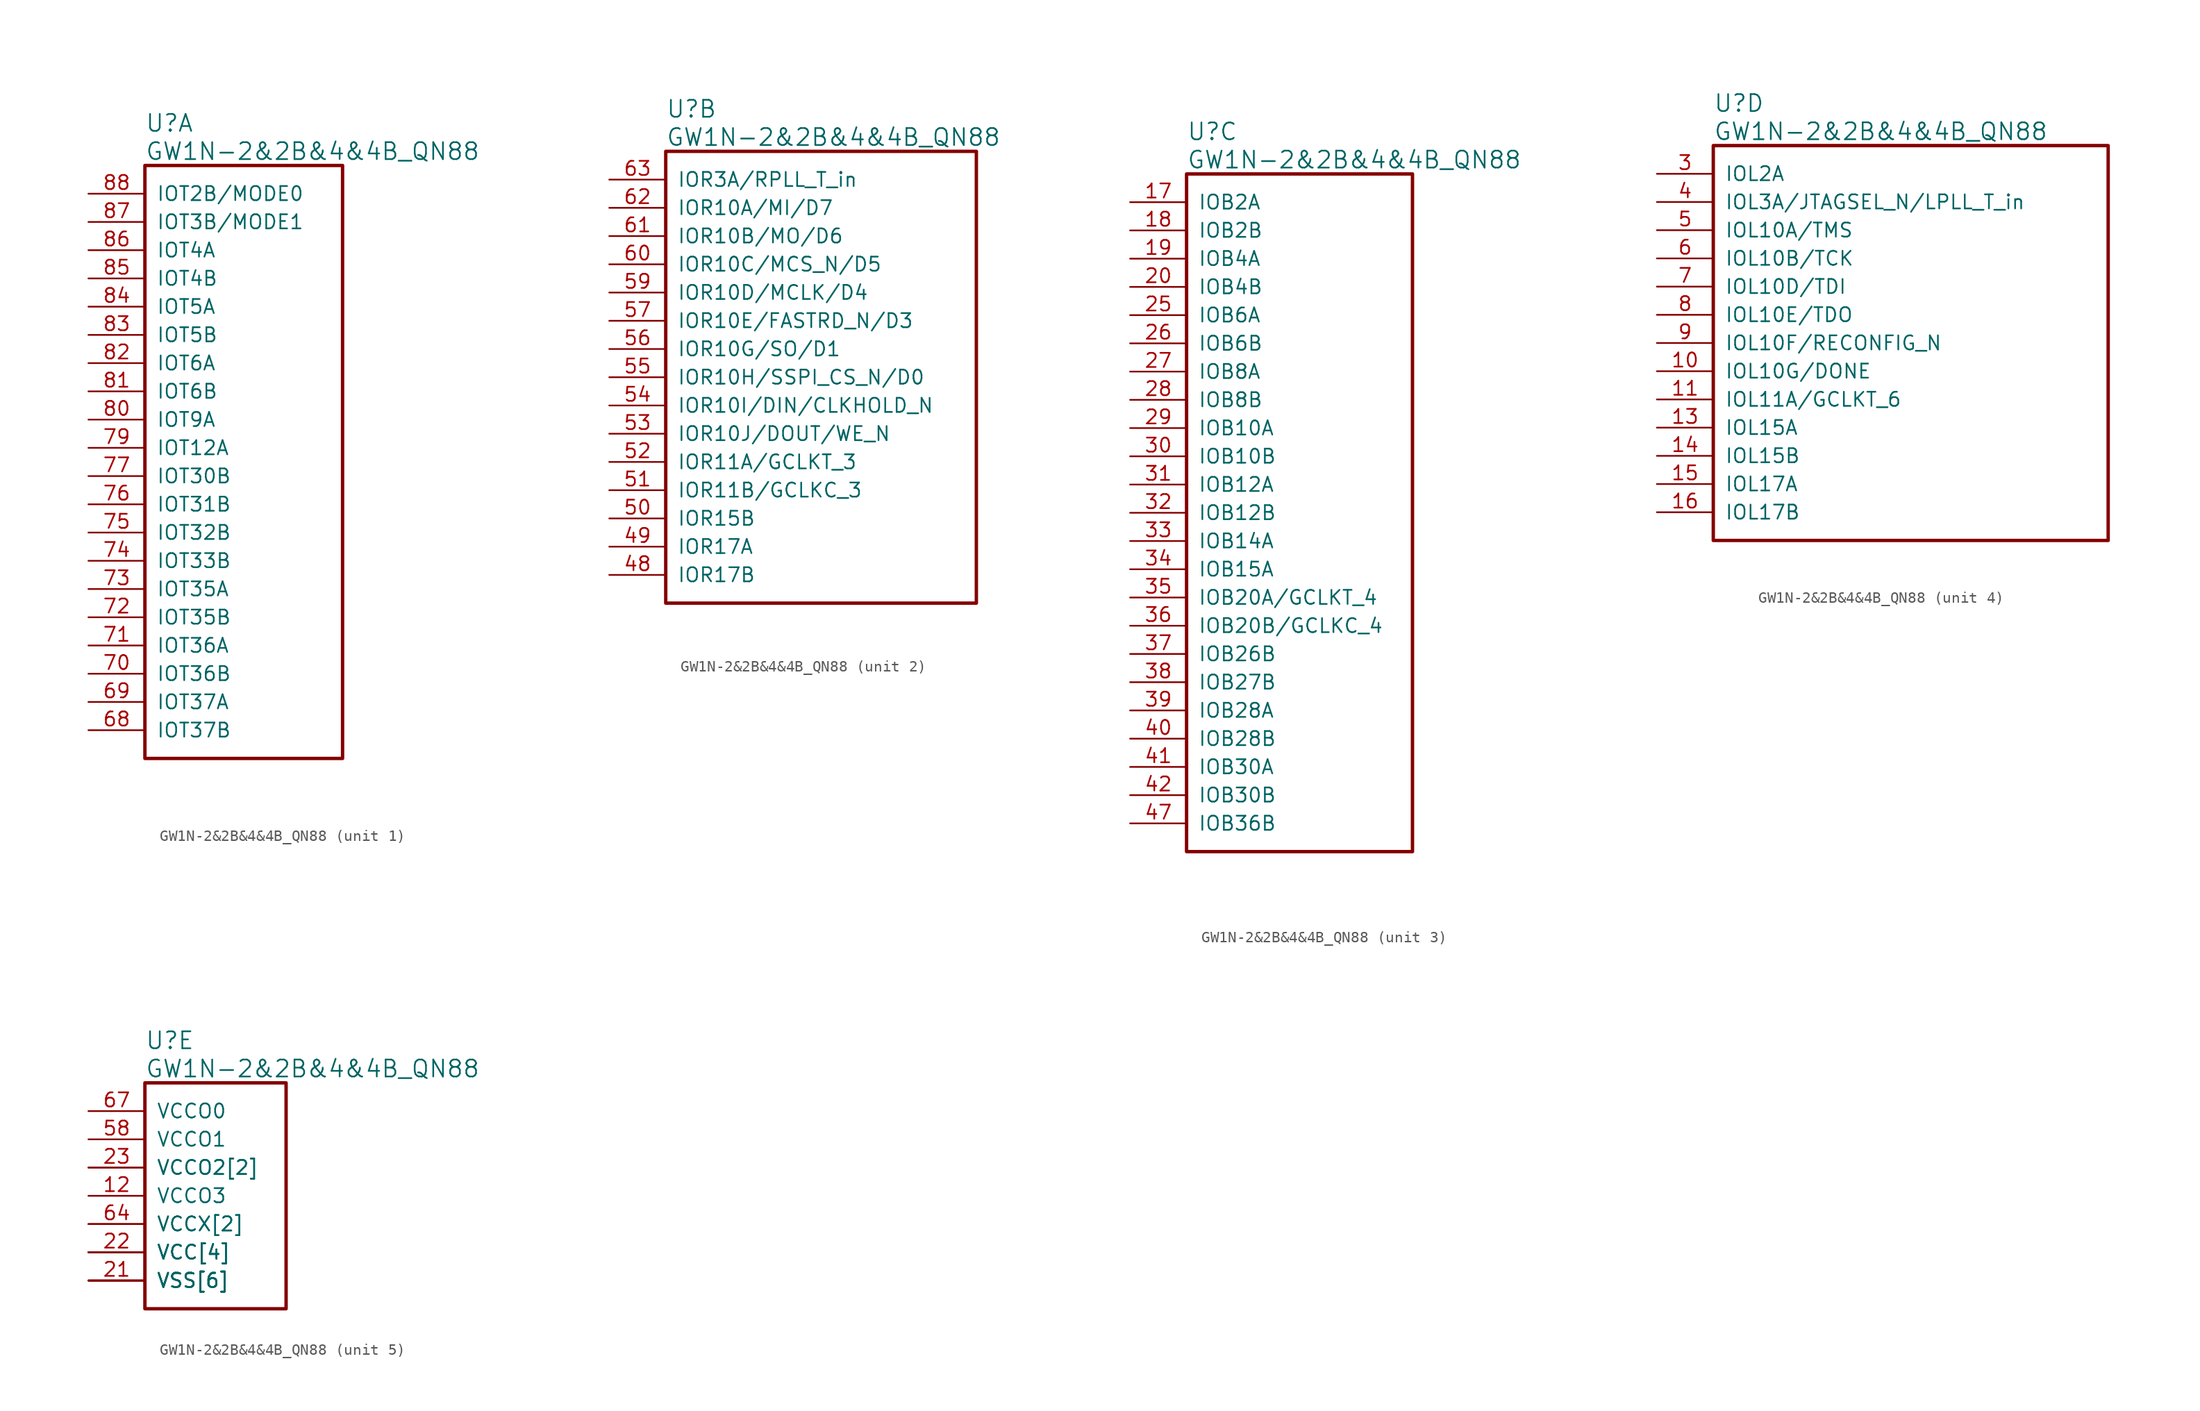
<source format=kicad_sym>
(kicad_symbol_lib
  (version 20241209)
  (generator "kicad_symbol_editor")
  (generator_version "9.0")
  (symbol "GW1N-2&2B&4&4B_QN88"
    (pin_names
      (offset 1.016))
    (property "Reference" "U"
      (at 5.08 6.35 0)
      (effects (font (size 1.524 1.524)) (justify left)))
    (property "Value" "GW1N-2&2B&4&4B_QN88"
      (at 5.08 3.81 0)
      (effects (font (size 1.524 1.524)) (justify left)))
    (property "ki_locked" ""
      (at 0 0 0)
      (effects (font (size 1.27 1.27))))
    (symbol "GW1N-2&2B&4&4B_QN88_1_1"
      (rectangle (start 5.08 2.54) (end 22.86 -50.8) (stroke (width 0.305) (type solid)) (fill (type none)))
      (pin bidirectional line (at 0 0 0) (length 5.08) (name "IOT2B/MODE0" (effects (font (size 1.27 1.27)))) (number "88" (effects (font (size 1.27 1.27)))))
      (pin bidirectional line (at 0 -2.54 0) (length 5.08) (name "IOT3B/MODE1" (effects (font (size 1.27 1.27)))) (number "87" (effects (font (size 1.27 1.27)))))
      (pin bidirectional line (at 0 -5.08 0) (length 5.08) (name "IOT4A" (effects (font (size 1.27 1.27)))) (number "86" (effects (font (size 1.27 1.27)))))
      (pin bidirectional line (at 0 -7.62 0) (length 5.08) (name "IOT4B" (effects (font (size 1.27 1.27)))) (number "85" (effects (font (size 1.27 1.27)))))
      (pin bidirectional line (at 0 -10.16 0) (length 5.08) (name "IOT5A" (effects (font (size 1.27 1.27)))) (number "84" (effects (font (size 1.27 1.27)))))
      (pin bidirectional line (at 0 -12.7 0) (length 5.08) (name "IOT5B" (effects (font (size 1.27 1.27)))) (number "83" (effects (font (size 1.27 1.27)))))
      (pin bidirectional line (at 0 -15.24 0) (length 5.08) (name "IOT6A" (effects (font (size 1.27 1.27)))) (number "82" (effects (font (size 1.27 1.27)))))
      (pin bidirectional line (at 0 -17.78 0) (length 5.08) (name "IOT6B" (effects (font (size 1.27 1.27)))) (number "81" (effects (font (size 1.27 1.27)))))
      (pin bidirectional line (at 0 -20.32 0) (length 5.08) (name "IOT9A" (effects (font (size 1.27 1.27)))) (number "80" (effects (font (size 1.27 1.27)))))
      (pin bidirectional line (at 0 -22.86 0) (length 5.08) (name "IOT12A" (effects (font (size 1.27 1.27)))) (number "79" (effects (font (size 1.27 1.27)))))
      (pin bidirectional line (at 0 -25.4 0) (length 5.08) (name "IOT30B" (effects (font (size 1.27 1.27)))) (number "77" (effects (font (size 1.27 1.27)))))
      (pin bidirectional line (at 0 -27.94 0) (length 5.08) (name "IOT31B" (effects (font (size 1.27 1.27)))) (number "76" (effects (font (size 1.27 1.27)))))
      (pin bidirectional line (at 0 -30.48 0) (length 5.08) (name "IOT32B" (effects (font (size 1.27 1.27)))) (number "75" (effects (font (size 1.27 1.27)))))
      (pin bidirectional line (at 0 -33.02 0) (length 5.08) (name "IOT33B" (effects (font (size 1.27 1.27)))) (number "74" (effects (font (size 1.27 1.27)))))
      (pin bidirectional line (at 0 -35.56 0) (length 5.08) (name "IOT35A" (effects (font (size 1.27 1.27)))) (number "73" (effects (font (size 1.27 1.27)))))
      (pin bidirectional line (at 0 -38.1 0) (length 5.08) (name "IOT35B" (effects (font (size 1.27 1.27)))) (number "72" (effects (font (size 1.27 1.27)))))
      (pin bidirectional line (at 0 -40.64 0) (length 5.08) (name "IOT36A" (effects (font (size 1.27 1.27)))) (number "71" (effects (font (size 1.27 1.27)))))
      (pin bidirectional line (at 0 -43.18 0) (length 5.08) (name "IOT36B" (effects (font (size 1.27 1.27)))) (number "70" (effects (font (size 1.27 1.27)))))
      (pin bidirectional line (at 0 -45.72 0) (length 5.08) (name "IOT37A" (effects (font (size 1.27 1.27)))) (number "69" (effects (font (size 1.27 1.27)))))
      (pin bidirectional line (at 0 -48.26 0) (length 5.08) (name "IOT37B" (effects (font (size 1.27 1.27)))) (number "68" (effects (font (size 1.27 1.27))))))
    (symbol "GW1N-2&2B&4&4B_QN88_2_1"
      (rectangle (start 5.08 2.54) (end 33.02 -38.1) (stroke (width 0.305) (type solid)) (fill (type none)))
      (pin bidirectional line (at 0 0 0) (length 5.08) (name "IOR3A/RPLL_T_in" (effects (font (size 1.27 1.27)))) (number "63" (effects (font (size 1.27 1.27)))))
      (pin bidirectional line (at 0 -2.54 0) (length 5.08) (name "IOR10A/MI/D7" (effects (font (size 1.27 1.27)))) (number "62" (effects (font (size 1.27 1.27)))))
      (pin bidirectional line (at 0 -5.08 0) (length 5.08) (name "IOR10B/MO/D6" (effects (font (size 1.27 1.27)))) (number "61" (effects (font (size 1.27 1.27)))))
      (pin bidirectional line (at 0 -7.62 0) (length 5.08) (name "IOR10C/MCS_N/D5" (effects (font (size 1.27 1.27)))) (number "60" (effects (font (size 1.27 1.27)))))
      (pin bidirectional line (at 0 -10.16 0) (length 5.08) (name "IOR10D/MCLK/D4" (effects (font (size 1.27 1.27)))) (number "59" (effects (font (size 1.27 1.27)))))
      (pin bidirectional line (at 0 -12.7 0) (length 5.08) (name "IOR10E/FASTRD_N/D3" (effects (font (size 1.27 1.27)))) (number "57" (effects (font (size 1.27 1.27)))))
      (pin bidirectional line (at 0 -15.24 0) (length 5.08) (name "IOR10G/SO/D1" (effects (font (size 1.27 1.27)))) (number "56" (effects (font (size 1.27 1.27)))))
      (pin bidirectional line (at 0 -17.78 0) (length 5.08) (name "IOR10H/SSPI_CS_N/D0" (effects (font (size 1.27 1.27)))) (number "55" (effects (font (size 1.27 1.27)))))
      (pin bidirectional line (at 0 -20.32 0) (length 5.08) (name "IOR10I/DIN/CLKHOLD_N" (effects (font (size 1.27 1.27)))) (number "54" (effects (font (size 1.27 1.27)))))
      (pin bidirectional line (at 0 -22.86 0) (length 5.08) (name "IOR10J/DOUT/WE_N" (effects (font (size 1.27 1.27)))) (number "53" (effects (font (size 1.27 1.27)))))
      (pin bidirectional line (at 0 -25.4 0) (length 5.08) (name "IOR11A/GCLKT_3" (effects (font (size 1.27 1.27)))) (number "52" (effects (font (size 1.27 1.27)))))
      (pin bidirectional line (at 0 -27.94 0) (length 5.08) (name "IOR11B/GCLKC_3" (effects (font (size 1.27 1.27)))) (number "51" (effects (font (size 1.27 1.27)))))
      (pin bidirectional line (at 0 -30.48 0) (length 5.08) (name "IOR15B" (effects (font (size 1.27 1.27)))) (number "50" (effects (font (size 1.27 1.27)))))
      (pin bidirectional line (at 0 -33.02 0) (length 5.08) (name "IOR17A" (effects (font (size 1.27 1.27)))) (number "49" (effects (font (size 1.27 1.27)))))
      (pin bidirectional line (at 0 -35.56 0) (length 5.08) (name "IOR17B" (effects (font (size 1.27 1.27)))) (number "48" (effects (font (size 1.27 1.27))))))
    (symbol "GW1N-2&2B&4&4B_QN88_3_1"
      (rectangle (start 5.08 2.54) (end 25.4 -58.42) (stroke (width 0.305) (type solid)) (fill (type none)))
      (pin bidirectional line (at 0 0 0) (length 5.08) (name "IOB2A" (effects (font (size 1.27 1.27)))) (number "17" (effects (font (size 1.27 1.27)))))
      (pin bidirectional line (at 0 -2.54 0) (length 5.08) (name "IOB2B" (effects (font (size 1.27 1.27)))) (number "18" (effects (font (size 1.27 1.27)))))
      (pin bidirectional line (at 0 -5.08 0) (length 5.08) (name "IOB4A" (effects (font (size 1.27 1.27)))) (number "19" (effects (font (size 1.27 1.27)))))
      (pin bidirectional line (at 0 -7.62 0) (length 5.08) (name "IOB4B" (effects (font (size 1.27 1.27)))) (number "20" (effects (font (size 1.27 1.27)))))
      (pin bidirectional line (at 0 -10.16 0) (length 5.08) (name "IOB6A" (effects (font (size 1.27 1.27)))) (number "25" (effects (font (size 1.27 1.27)))))
      (pin bidirectional line (at 0 -12.7 0) (length 5.08) (name "IOB6B" (effects (font (size 1.27 1.27)))) (number "26" (effects (font (size 1.27 1.27)))))
      (pin bidirectional line (at 0 -15.24 0) (length 5.08) (name "IOB8A" (effects (font (size 1.27 1.27)))) (number "27" (effects (font (size 1.27 1.27)))))
      (pin bidirectional line (at 0 -17.78 0) (length 5.08) (name "IOB8B" (effects (font (size 1.27 1.27)))) (number "28" (effects (font (size 1.27 1.27)))))
      (pin bidirectional line (at 0 -20.32 0) (length 5.08) (name "IOB10A" (effects (font (size 1.27 1.27)))) (number "29" (effects (font (size 1.27 1.27)))))
      (pin bidirectional line (at 0 -22.86 0) (length 5.08) (name "IOB10B" (effects (font (size 1.27 1.27)))) (number "30" (effects (font (size 1.27 1.27)))))
      (pin bidirectional line (at 0 -25.4 0) (length 5.08) (name "IOB12A" (effects (font (size 1.27 1.27)))) (number "31" (effects (font (size 1.27 1.27)))))
      (pin bidirectional line (at 0 -27.94 0) (length 5.08) (name "IOB12B" (effects (font (size 1.27 1.27)))) (number "32" (effects (font (size 1.27 1.27)))))
      (pin bidirectional line (at 0 -30.48 0) (length 5.08) (name "IOB14A" (effects (font (size 1.27 1.27)))) (number "33" (effects (font (size 1.27 1.27)))))
      (pin bidirectional line (at 0 -33.02 0) (length 5.08) (name "IOB15A" (effects (font (size 1.27 1.27)))) (number "34" (effects (font (size 1.27 1.27)))))
      (pin bidirectional line (at 0 -35.56 0) (length 5.08) (name "IOB20A/GCLKT_4" (effects (font (size 1.27 1.27)))) (number "35" (effects (font (size 1.27 1.27)))))
      (pin bidirectional line (at 0 -38.1 0) (length 5.08) (name "IOB20B/GCLKC_4" (effects (font (size 1.27 1.27)))) (number "36" (effects (font (size 1.27 1.27)))))
      (pin bidirectional line (at 0 -40.64 0) (length 5.08) (name "IOB26B" (effects (font (size 1.27 1.27)))) (number "37" (effects (font (size 1.27 1.27)))))
      (pin bidirectional line (at 0 -43.18 0) (length 5.08) (name "IOB27B" (effects (font (size 1.27 1.27)))) (number "38" (effects (font (size 1.27 1.27)))))
      (pin bidirectional line (at 0 -45.72 0) (length 5.08) (name "IOB28A" (effects (font (size 1.27 1.27)))) (number "39" (effects (font (size 1.27 1.27)))))
      (pin bidirectional line (at 0 -48.26 0) (length 5.08) (name "IOB28B" (effects (font (size 1.27 1.27)))) (number "40" (effects (font (size 1.27 1.27)))))
      (pin bidirectional line (at 0 -50.8 0) (length 5.08) (name "IOB30A" (effects (font (size 1.27 1.27)))) (number "41" (effects (font (size 1.27 1.27)))))
      (pin bidirectional line (at 0 -53.34 0) (length 5.08) (name "IOB30B" (effects (font (size 1.27 1.27)))) (number "42" (effects (font (size 1.27 1.27)))))
      (pin bidirectional line (at 0 -55.88 0) (length 5.08) (name "IOB36B" (effects (font (size 1.27 1.27)))) (number "47" (effects (font (size 1.27 1.27))))))
    (symbol "GW1N-2&2B&4&4B_QN88_4_1"
      (rectangle (start 5.08 2.54) (end 40.64 -33.02) (stroke (width 0.305) (type solid)) (fill (type none)))
      (pin bidirectional line (at 0 0 0) (length 5.08) (name "IOL2A" (effects (font (size 1.27 1.27)))) (number "3" (effects (font (size 1.27 1.27)))))
      (pin bidirectional line (at 0 -2.54 0) (length 5.08) (name "IOL3A/JTAGSEL_N/LPLL_T_in" (effects (font (size 1.27 1.27)))) (number "4" (effects (font (size 1.27 1.27)))))
      (pin bidirectional line (at 0 -5.08 0) (length 5.08) (name "IOL10A/TMS" (effects (font (size 1.27 1.27)))) (number "5" (effects (font (size 1.27 1.27)))))
      (pin bidirectional line (at 0 -7.62 0) (length 5.08) (name "IOL10B/TCK" (effects (font (size 1.27 1.27)))) (number "6" (effects (font (size 1.27 1.27)))))
      (pin bidirectional line (at 0 -10.16 0) (length 5.08) (name "IOL10D/TDI" (effects (font (size 1.27 1.27)))) (number "7" (effects (font (size 1.27 1.27)))))
      (pin bidirectional line (at 0 -12.7 0) (length 5.08) (name "IOL10E/TDO" (effects (font (size 1.27 1.27)))) (number "8" (effects (font (size 1.27 1.27)))))
      (pin bidirectional line (at 0 -15.24 0) (length 5.08) (name "IOL10F/RECONFIG_N" (effects (font (size 1.27 1.27)))) (number "9" (effects (font (size 1.27 1.27)))))
      (pin bidirectional line (at 0 -17.78 0) (length 5.08) (name "IOL10G/DONE" (effects (font (size 1.27 1.27)))) (number "10" (effects (font (size 1.27 1.27)))))
      (pin bidirectional line (at 0 -20.32 0) (length 5.08) (name "IOL11A/GCLKT_6" (effects (font (size 1.27 1.27)))) (number "11" (effects (font (size 1.27 1.27)))))
      (pin bidirectional line (at 0 -22.86 0) (length 5.08) (name "IOL15A" (effects (font (size 1.27 1.27)))) (number "13" (effects (font (size 1.27 1.27)))))
      (pin bidirectional line (at 0 -25.4 0) (length 5.08) (name "IOL15B" (effects (font (size 1.27 1.27)))) (number "14" (effects (font (size 1.27 1.27)))))
      (pin bidirectional line (at 0 -27.94 0) (length 5.08) (name "IOL17A" (effects (font (size 1.27 1.27)))) (number "15" (effects (font (size 1.27 1.27)))))
      (pin bidirectional line (at 0 -30.48 0) (length 5.08) (name "IOL17B" (effects (font (size 1.27 1.27)))) (number "16" (effects (font (size 1.27 1.27))))))
    (symbol "GW1N-2&2B&4&4B_QN88_5_1"
      (rectangle (start 5.08 2.54) (end 17.78 -17.78) (stroke (width 0.305) (type solid)) (fill (type none)))
      (pin power_in line (at 0 0 0) (length 5.08) (name "VCCO0" (effects (font (size 1.27 1.27)))) (number "67" (effects (font (size 1.27 1.27)))))
      (pin power_in line (at 0 -2.54 0) (length 5.08) (name "VCCO1" (effects (font (size 1.27 1.27)))) (number "58" (effects (font (size 1.27 1.27)))))
      (pin power_in line (at 0 -5.08 0) (length 5.08) (name "VCCO2[2]" (effects (font (size 1.27 1.27)))) (number "23" (effects (font (size 1.27 1.27)))))
      (pin power_in line (at 0 -5.08 0) (length 5.08) (name "VCCO2[2]" (effects (font (size 1.27 1.27)))) (number "44" (effects (font (size 0 0)))))
      (pin power_in line (at 0 -7.62 0) (length 5.08) (name "VCCO3" (effects (font (size 1.27 1.27)))) (number "12" (effects (font (size 1.27 1.27)))))
      (pin power_in line (at 0 -10.16 0) (length 5.08) (name "VCCX[2]" (effects (font (size 1.27 1.27)))) (number "64" (effects (font (size 1.27 1.27)))))
      (pin power_in line (at 0 -10.16 0) (length 5.08) (name "VCCX[2]" (effects (font (size 1.27 1.27)))) (number "78" (effects (font (size 0 0)))))
      (pin power_in line (at 0 -12.7 0) (length 5.08) (name "VCC[4]" (effects (font (size 1.27 1.27)))) (number "1" (effects (font (size 0 0)))))
      (pin power_in line (at 0 -12.7 0) (length 5.08) (name "VCC[4]" (effects (font (size 1.27 1.27)))) (number "22" (effects (font (size 1.27 1.27)))))
      (pin power_in line (at 0 -12.7 0) (length 5.08) (name "VCC[4]" (effects (font (size 1.27 1.27)))) (number "45" (effects (font (size 0 0)))))
      (pin power_in line (at 0 -12.7 0) (length 5.08) (name "VCC[4]" (effects (font (size 1.27 1.27)))) (number "66" (effects (font (size 0 0)))))
      (pin power_in line (at 0 -15.24 0) (length 5.08) (name "VSS[6]" (effects (font (size 1.27 1.27)))) (number "2" (effects (font (size 0 0)))))
      (pin power_in line (at 0 -15.24 0) (length 5.08) (name "VSS[6]" (effects (font (size 1.27 1.27)))) (number "21" (effects (font (size 1.27 1.27)))))
      (pin power_in line (at 0 -15.24 0) (length 5.08) (name "VSS[6]" (effects (font (size 1.27 1.27)))) (number "24" (effects (font (size 0 0)))))
      (pin power_in line (at 0 -15.24 0) (length 5.08) (name "VSS[6]" (effects (font (size 1.27 1.27)))) (number "43" (effects (font (size 0 0)))))
      (pin power_in line (at 0 -15.24 0) (length 5.08) (name "VSS[6]" (effects (font (size 1.27 1.27)))) (number "46" (effects (font (size 0 0)))))
      (pin power_in line (at 0 -15.24 0) (length 5.08) (name "VSS[6]" (effects (font (size 1.27 1.27)))) (number "65" (effects (font (size 0 0))))))))
</source>
